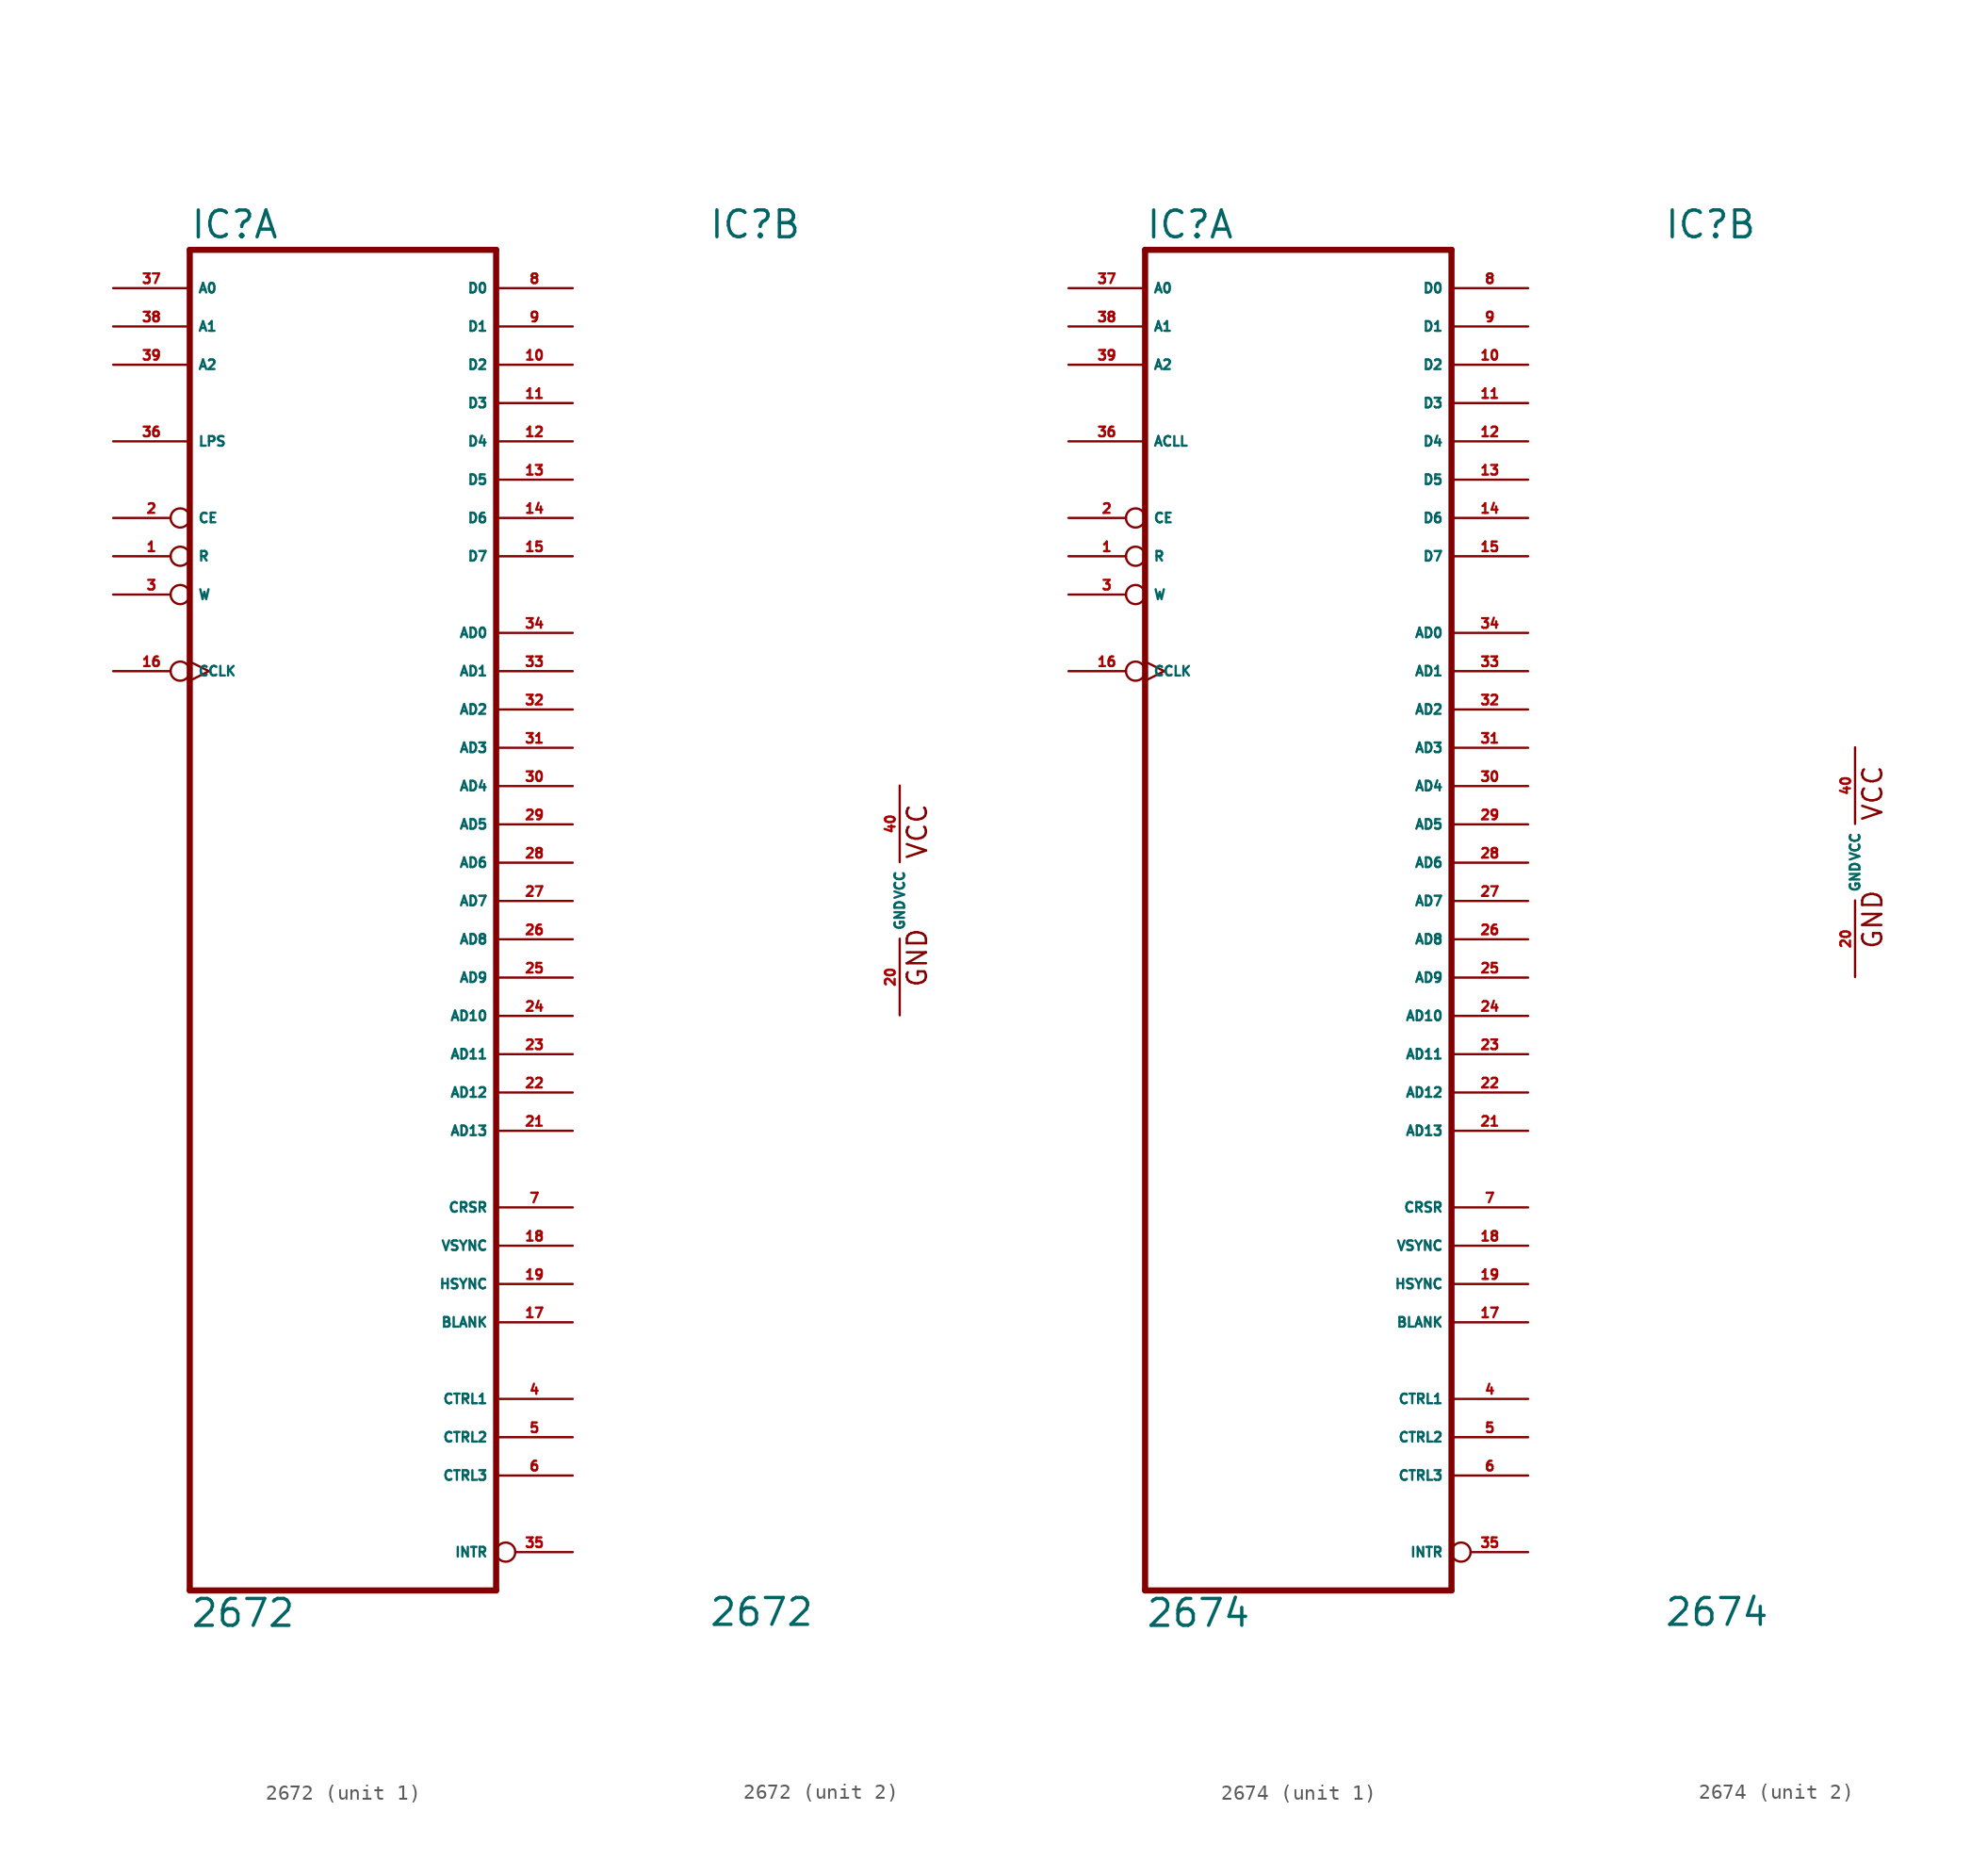
<source format=kicad_sym>
(kicad_symbol_lib
  (version 20220914)
  (generator Eagle2Kicad)
  (symbol "2672"
    (property "Reference" "IC"
      (at -12.7 43.815 0)
      (effects (font (size 1.778 1.778) (thickness 0.22)) (justify left bottom)))
    (property "Value" "2672"
      (at -12.7 -48.26 0)
      (effects (font (size 1.778 1.778) (thickness 0.22)) (justify left bottom)))
    (symbol "2672_1_0"
      (polyline (pts (xy -12.7 -45.72) (xy 7.62 -45.72)) (stroke (width 0.406) (type default)) (fill (type none)))
      (polyline (pts (xy 7.62 -45.72) (xy 7.62 43.18)) (stroke (width 0.406) (type default)) (fill (type none)))
      (polyline (pts (xy 7.62 43.18) (xy -12.7 43.18)) (stroke (width 0.406) (type default)) (fill (type none)))
      (polyline (pts (xy -12.7 43.18) (xy -12.7 -45.72)) (stroke (width 0.406) (type default)) (fill (type none)))
      (pin input inverted (at -17.78 22.86 0) (length 5.08) (name "R" (effects (font (size 0.635 0.635) (thickness 0.08)) (justify left bottom))) (number "1" (effects (font (size 0.635 0.635) (thickness 0.08)) (justify left bottom))))
      (pin input inverted (at -17.78 25.4 0) (length 5.08) (name "CE" (effects (font (size 0.635 0.635) (thickness 0.08)) (justify left bottom))) (number "2" (effects (font (size 0.635 0.635) (thickness 0.08)) (justify left bottom))))
      (pin input inverted (at -17.78 20.32 0) (length 5.08) (name "W" (effects (font (size 0.635 0.635) (thickness 0.08)) (justify left bottom))) (number "3" (effects (font (size 0.635 0.635) (thickness 0.08)) (justify left bottom))))
      (pin bidirectional line (at 12.7 -33.02 180) (length 5.08) (name "CTRL1" (effects (font (size 0.635 0.635) (thickness 0.08)) (justify left bottom))) (number "4" (effects (font (size 0.635 0.635) (thickness 0.08)) (justify left bottom))))
      (pin output line (at 12.7 -35.56 180) (length 5.08) (name "CTRL2" (effects (font (size 0.635 0.635) (thickness 0.08)) (justify left bottom))) (number "5" (effects (font (size 0.635 0.635) (thickness 0.08)) (justify left bottom))))
      (pin output line (at 12.7 -38.1 180) (length 5.08) (name "CTRL3" (effects (font (size 0.635 0.635) (thickness 0.08)) (justify left bottom))) (number "6" (effects (font (size 0.635 0.635) (thickness 0.08)) (justify left bottom))))
      (pin output line (at 12.7 -20.32 180) (length 5.08) (name "CRSR" (effects (font (size 0.635 0.635) (thickness 0.08)) (justify left bottom))) (number "7" (effects (font (size 0.635 0.635) (thickness 0.08)) (justify left bottom))))
      (pin bidirectional line (at 12.7 40.64 180) (length 5.08) (name "D0" (effects (font (size 0.635 0.635) (thickness 0.08)) (justify left bottom))) (number "8" (effects (font (size 0.635 0.635) (thickness 0.08)) (justify left bottom))))
      (pin bidirectional line (at 12.7 38.1 180) (length 5.08) (name "D1" (effects (font (size 0.635 0.635) (thickness 0.08)) (justify left bottom))) (number "9" (effects (font (size 0.635 0.635) (thickness 0.08)) (justify left bottom))))
      (pin bidirectional line (at 12.7 35.56 180) (length 5.08) (name "D2" (effects (font (size 0.635 0.635) (thickness 0.08)) (justify left bottom))) (number "10" (effects (font (size 0.635 0.635) (thickness 0.08)) (justify left bottom))))
      (pin bidirectional line (at 12.7 33.02 180) (length 5.08) (name "D3" (effects (font (size 0.635 0.635) (thickness 0.08)) (justify left bottom))) (number "11" (effects (font (size 0.635 0.635) (thickness 0.08)) (justify left bottom))))
      (pin bidirectional line (at 12.7 30.48 180) (length 5.08) (name "D4" (effects (font (size 0.635 0.635) (thickness 0.08)) (justify left bottom))) (number "12" (effects (font (size 0.635 0.635) (thickness 0.08)) (justify left bottom))))
      (pin bidirectional line (at 12.7 27.94 180) (length 5.08) (name "D5" (effects (font (size 0.635 0.635) (thickness 0.08)) (justify left bottom))) (number "13" (effects (font (size 0.635 0.635) (thickness 0.08)) (justify left bottom))))
      (pin bidirectional line (at 12.7 25.4 180) (length 5.08) (name "D6" (effects (font (size 0.635 0.635) (thickness 0.08)) (justify left bottom))) (number "14" (effects (font (size 0.635 0.635) (thickness 0.08)) (justify left bottom))))
      (pin bidirectional line (at 12.7 22.86 180) (length 5.08) (name "D7" (effects (font (size 0.635 0.635) (thickness 0.08)) (justify left bottom))) (number "15" (effects (font (size 0.635 0.635) (thickness 0.08)) (justify left bottom))))
      (pin input inverted_clock (at -17.78 15.24 0) (length 5.08) (name "CCLK" (effects (font (size 0.635 0.635) (thickness 0.08)) (justify left bottom))) (number "16" (effects (font (size 0.635 0.635) (thickness 0.08)) (justify left bottom))))
      (pin output line (at 12.7 -27.94 180) (length 5.08) (name "BLANK" (effects (font (size 0.635 0.635) (thickness 0.08)) (justify left bottom))) (number "17" (effects (font (size 0.635 0.635) (thickness 0.08)) (justify left bottom))))
      (pin output line (at 12.7 -22.86 180) (length 5.08) (name "VSYNC" (effects (font (size 0.635 0.635) (thickness 0.08)) (justify left bottom))) (number "18" (effects (font (size 0.635 0.635) (thickness 0.08)) (justify left bottom))))
      (pin output line (at 12.7 -25.4 180) (length 5.08) (name "HSYNC" (effects (font (size 0.635 0.635) (thickness 0.08)) (justify left bottom))) (number "19" (effects (font (size 0.635 0.635) (thickness 0.08)) (justify left bottom))))
      (pin output line (at 12.7 -15.24 180) (length 5.08) (name "AD13" (effects (font (size 0.635 0.635) (thickness 0.08)) (justify left bottom))) (number "21" (effects (font (size 0.635 0.635) (thickness 0.08)) (justify left bottom))))
      (pin output line (at 12.7 -12.7 180) (length 5.08) (name "AD12" (effects (font (size 0.635 0.635) (thickness 0.08)) (justify left bottom))) (number "22" (effects (font (size 0.635 0.635) (thickness 0.08)) (justify left bottom))))
      (pin output line (at 12.7 -10.16 180) (length 5.08) (name "AD11" (effects (font (size 0.635 0.635) (thickness 0.08)) (justify left bottom))) (number "23" (effects (font (size 0.635 0.635) (thickness 0.08)) (justify left bottom))))
      (pin output line (at 12.7 -7.62 180) (length 5.08) (name "AD10" (effects (font (size 0.635 0.635) (thickness 0.08)) (justify left bottom))) (number "24" (effects (font (size 0.635 0.635) (thickness 0.08)) (justify left bottom))))
      (pin output line (at 12.7 -5.08 180) (length 5.08) (name "AD9" (effects (font (size 0.635 0.635) (thickness 0.08)) (justify left bottom))) (number "25" (effects (font (size 0.635 0.635) (thickness 0.08)) (justify left bottom))))
      (pin output line (at 12.7 -2.54 180) (length 5.08) (name "AD8" (effects (font (size 0.635 0.635) (thickness 0.08)) (justify left bottom))) (number "26" (effects (font (size 0.635 0.635) (thickness 0.08)) (justify left bottom))))
      (pin output line (at 12.7 0 180) (length 5.08) (name "AD7" (effects (font (size 0.635 0.635) (thickness 0.08)) (justify left bottom))) (number "27" (effects (font (size 0.635 0.635) (thickness 0.08)) (justify left bottom))))
      (pin output line (at 12.7 2.54 180) (length 5.08) (name "AD6" (effects (font (size 0.635 0.635) (thickness 0.08)) (justify left bottom))) (number "28" (effects (font (size 0.635 0.635) (thickness 0.08)) (justify left bottom))))
      (pin output line (at 12.7 5.08 180) (length 5.08) (name "AD5" (effects (font (size 0.635 0.635) (thickness 0.08)) (justify left bottom))) (number "29" (effects (font (size 0.635 0.635) (thickness 0.08)) (justify left bottom))))
      (pin output line (at 12.7 7.62 180) (length 5.08) (name "AD4" (effects (font (size 0.635 0.635) (thickness 0.08)) (justify left bottom))) (number "30" (effects (font (size 0.635 0.635) (thickness 0.08)) (justify left bottom))))
      (pin output line (at 12.7 10.16 180) (length 5.08) (name "AD3" (effects (font (size 0.635 0.635) (thickness 0.08)) (justify left bottom))) (number "31" (effects (font (size 0.635 0.635) (thickness 0.08)) (justify left bottom))))
      (pin output line (at 12.7 12.7 180) (length 5.08) (name "AD2" (effects (font (size 0.635 0.635) (thickness 0.08)) (justify left bottom))) (number "32" (effects (font (size 0.635 0.635) (thickness 0.08)) (justify left bottom))))
      (pin output line (at 12.7 15.24 180) (length 5.08) (name "AD1" (effects (font (size 0.635 0.635) (thickness 0.08)) (justify left bottom))) (number "33" (effects (font (size 0.635 0.635) (thickness 0.08)) (justify left bottom))))
      (pin output line (at 12.7 17.78 180) (length 5.08) (name "AD0" (effects (font (size 0.635 0.635) (thickness 0.08)) (justify left bottom))) (number "34" (effects (font (size 0.635 0.635) (thickness 0.08)) (justify left bottom))))
      (pin output inverted (at 12.7 -43.18 180) (length 5.08) (name "INTR" (effects (font (size 0.635 0.635) (thickness 0.08)) (justify left bottom))) (number "35" (effects (font (size 0.635 0.635) (thickness 0.08)) (justify left bottom))))
      (pin input line (at -17.78 30.48 0) (length 5.08) (name "LPS" (effects (font (size 0.635 0.635) (thickness 0.08)) (justify left bottom))) (number "36" (effects (font (size 0.635 0.635) (thickness 0.08)) (justify left bottom))))
      (pin input line (at -17.78 40.64 0) (length 5.08) (name "A0" (effects (font (size 0.635 0.635) (thickness 0.08)) (justify left bottom))) (number "37" (effects (font (size 0.635 0.635) (thickness 0.08)) (justify left bottom))))
      (pin input line (at -17.78 38.1 0) (length 5.08) (name "A1" (effects (font (size 0.635 0.635) (thickness 0.08)) (justify left bottom))) (number "38" (effects (font (size 0.635 0.635) (thickness 0.08)) (justify left bottom))))
      (pin input line (at -17.78 35.56 0) (length 5.08) (name "A2" (effects (font (size 0.635 0.635) (thickness 0.08)) (justify left bottom))) (number "39" (effects (font (size 0.635 0.635) (thickness 0.08)) (justify left bottom)))))
    (symbol "2672_2_0"
      (text "GND" (at 1.905 -5.842 900) (effects (font (size 1.27 1.27) (thickness 0.16)) (justify left bottom)))
      (text "VCC" (at 1.905 2.667 900) (effects (font (size 1.27 1.27) (thickness 0.16)) (justify left bottom)))
      (pin unspecified line (at 0 -7.62 90) (length 5.08) (name "GND" (effects (font (size 0.635 0.635) (thickness 0.08)) (justify left bottom))) (number "20" (effects (font (size 0.635 0.635) (thickness 0.08)) (justify left bottom))))
      (pin unspecified line (at 0 7.62 270) (length 5.08) (name "VCC" (effects (font (size 0.635 0.635) (thickness 0.08)) (justify left bottom))) (number "40" (effects (font (size 0.635 0.635) (thickness 0.08)) (justify left bottom))))))
  (symbol "2674"
    (property "Reference" "IC"
      (at -12.7 41.275 0)
      (effects (font (size 1.778 1.778) (thickness 0.22)) (justify left bottom)))
    (property "Value" "2674"
      (at -12.7 -50.8 0)
      (effects (font (size 1.778 1.778) (thickness 0.22)) (justify left bottom)))
    (symbol "2674_1_0"
      (polyline (pts (xy -12.7 -48.26) (xy 7.62 -48.26)) (stroke (width 0.406) (type default)) (fill (type none)))
      (polyline (pts (xy 7.62 -48.26) (xy 7.62 40.64)) (stroke (width 0.406) (type default)) (fill (type none)))
      (polyline (pts (xy 7.62 40.64) (xy -12.7 40.64)) (stroke (width 0.406) (type default)) (fill (type none)))
      (polyline (pts (xy -12.7 40.64) (xy -12.7 -48.26)) (stroke (width 0.406) (type default)) (fill (type none)))
      (pin input inverted (at -17.78 20.32 0) (length 5.08) (name "R" (effects (font (size 0.635 0.635) (thickness 0.08)) (justify left bottom))) (number "1" (effects (font (size 0.635 0.635) (thickness 0.08)) (justify left bottom))))
      (pin input inverted (at -17.78 22.86 0) (length 5.08) (name "CE" (effects (font (size 0.635 0.635) (thickness 0.08)) (justify left bottom))) (number "2" (effects (font (size 0.635 0.635) (thickness 0.08)) (justify left bottom))))
      (pin input inverted (at -17.78 17.78 0) (length 5.08) (name "W" (effects (font (size 0.635 0.635) (thickness 0.08)) (justify left bottom))) (number "3" (effects (font (size 0.635 0.635) (thickness 0.08)) (justify left bottom))))
      (pin bidirectional line (at 12.7 -35.56 180) (length 5.08) (name "CTRL1" (effects (font (size 0.635 0.635) (thickness 0.08)) (justify left bottom))) (number "4" (effects (font (size 0.635 0.635) (thickness 0.08)) (justify left bottom))))
      (pin output line (at 12.7 -38.1 180) (length 5.08) (name "CTRL2" (effects (font (size 0.635 0.635) (thickness 0.08)) (justify left bottom))) (number "5" (effects (font (size 0.635 0.635) (thickness 0.08)) (justify left bottom))))
      (pin output line (at 12.7 -40.64 180) (length 5.08) (name "CTRL3" (effects (font (size 0.635 0.635) (thickness 0.08)) (justify left bottom))) (number "6" (effects (font (size 0.635 0.635) (thickness 0.08)) (justify left bottom))))
      (pin output line (at 12.7 -22.86 180) (length 5.08) (name "CRSR" (effects (font (size 0.635 0.635) (thickness 0.08)) (justify left bottom))) (number "7" (effects (font (size 0.635 0.635) (thickness 0.08)) (justify left bottom))))
      (pin bidirectional line (at 12.7 38.1 180) (length 5.08) (name "D0" (effects (font (size 0.635 0.635) (thickness 0.08)) (justify left bottom))) (number "8" (effects (font (size 0.635 0.635) (thickness 0.08)) (justify left bottom))))
      (pin bidirectional line (at 12.7 35.56 180) (length 5.08) (name "D1" (effects (font (size 0.635 0.635) (thickness 0.08)) (justify left bottom))) (number "9" (effects (font (size 0.635 0.635) (thickness 0.08)) (justify left bottom))))
      (pin bidirectional line (at 12.7 33.02 180) (length 5.08) (name "D2" (effects (font (size 0.635 0.635) (thickness 0.08)) (justify left bottom))) (number "10" (effects (font (size 0.635 0.635) (thickness 0.08)) (justify left bottom))))
      (pin bidirectional line (at 12.7 30.48 180) (length 5.08) (name "D3" (effects (font (size 0.635 0.635) (thickness 0.08)) (justify left bottom))) (number "11" (effects (font (size 0.635 0.635) (thickness 0.08)) (justify left bottom))))
      (pin bidirectional line (at 12.7 27.94 180) (length 5.08) (name "D4" (effects (font (size 0.635 0.635) (thickness 0.08)) (justify left bottom))) (number "12" (effects (font (size 0.635 0.635) (thickness 0.08)) (justify left bottom))))
      (pin bidirectional line (at 12.7 25.4 180) (length 5.08) (name "D5" (effects (font (size 0.635 0.635) (thickness 0.08)) (justify left bottom))) (number "13" (effects (font (size 0.635 0.635) (thickness 0.08)) (justify left bottom))))
      (pin bidirectional line (at 12.7 22.86 180) (length 5.08) (name "D6" (effects (font (size 0.635 0.635) (thickness 0.08)) (justify left bottom))) (number "14" (effects (font (size 0.635 0.635) (thickness 0.08)) (justify left bottom))))
      (pin bidirectional line (at 12.7 20.32 180) (length 5.08) (name "D7" (effects (font (size 0.635 0.635) (thickness 0.08)) (justify left bottom))) (number "15" (effects (font (size 0.635 0.635) (thickness 0.08)) (justify left bottom))))
      (pin input inverted_clock (at -17.78 12.7 0) (length 5.08) (name "CCLK" (effects (font (size 0.635 0.635) (thickness 0.08)) (justify left bottom))) (number "16" (effects (font (size 0.635 0.635) (thickness 0.08)) (justify left bottom))))
      (pin output line (at 12.7 -30.48 180) (length 5.08) (name "BLANK" (effects (font (size 0.635 0.635) (thickness 0.08)) (justify left bottom))) (number "17" (effects (font (size 0.635 0.635) (thickness 0.08)) (justify left bottom))))
      (pin output line (at 12.7 -25.4 180) (length 5.08) (name "VSYNC" (effects (font (size 0.635 0.635) (thickness 0.08)) (justify left bottom))) (number "18" (effects (font (size 0.635 0.635) (thickness 0.08)) (justify left bottom))))
      (pin output line (at 12.7 -27.94 180) (length 5.08) (name "HSYNC" (effects (font (size 0.635 0.635) (thickness 0.08)) (justify left bottom))) (number "19" (effects (font (size 0.635 0.635) (thickness 0.08)) (justify left bottom))))
      (pin output line (at 12.7 -17.78 180) (length 5.08) (name "AD13" (effects (font (size 0.635 0.635) (thickness 0.08)) (justify left bottom))) (number "21" (effects (font (size 0.635 0.635) (thickness 0.08)) (justify left bottom))))
      (pin output line (at 12.7 -15.24 180) (length 5.08) (name "AD12" (effects (font (size 0.635 0.635) (thickness 0.08)) (justify left bottom))) (number "22" (effects (font (size 0.635 0.635) (thickness 0.08)) (justify left bottom))))
      (pin output line (at 12.7 -12.7 180) (length 5.08) (name "AD11" (effects (font (size 0.635 0.635) (thickness 0.08)) (justify left bottom))) (number "23" (effects (font (size 0.635 0.635) (thickness 0.08)) (justify left bottom))))
      (pin output line (at 12.7 -10.16 180) (length 5.08) (name "AD10" (effects (font (size 0.635 0.635) (thickness 0.08)) (justify left bottom))) (number "24" (effects (font (size 0.635 0.635) (thickness 0.08)) (justify left bottom))))
      (pin output line (at 12.7 -7.62 180) (length 5.08) (name "AD9" (effects (font (size 0.635 0.635) (thickness 0.08)) (justify left bottom))) (number "25" (effects (font (size 0.635 0.635) (thickness 0.08)) (justify left bottom))))
      (pin output line (at 12.7 -5.08 180) (length 5.08) (name "AD8" (effects (font (size 0.635 0.635) (thickness 0.08)) (justify left bottom))) (number "26" (effects (font (size 0.635 0.635) (thickness 0.08)) (justify left bottom))))
      (pin output line (at 12.7 -2.54 180) (length 5.08) (name "AD7" (effects (font (size 0.635 0.635) (thickness 0.08)) (justify left bottom))) (number "27" (effects (font (size 0.635 0.635) (thickness 0.08)) (justify left bottom))))
      (pin output line (at 12.7 0 180) (length 5.08) (name "AD6" (effects (font (size 0.635 0.635) (thickness 0.08)) (justify left bottom))) (number "28" (effects (font (size 0.635 0.635) (thickness 0.08)) (justify left bottom))))
      (pin output line (at 12.7 2.54 180) (length 5.08) (name "AD5" (effects (font (size 0.635 0.635) (thickness 0.08)) (justify left bottom))) (number "29" (effects (font (size 0.635 0.635) (thickness 0.08)) (justify left bottom))))
      (pin output line (at 12.7 5.08 180) (length 5.08) (name "AD4" (effects (font (size 0.635 0.635) (thickness 0.08)) (justify left bottom))) (number "30" (effects (font (size 0.635 0.635) (thickness 0.08)) (justify left bottom))))
      (pin output line (at 12.7 7.62 180) (length 5.08) (name "AD3" (effects (font (size 0.635 0.635) (thickness 0.08)) (justify left bottom))) (number "31" (effects (font (size 0.635 0.635) (thickness 0.08)) (justify left bottom))))
      (pin output line (at 12.7 10.16 180) (length 5.08) (name "AD2" (effects (font (size 0.635 0.635) (thickness 0.08)) (justify left bottom))) (number "32" (effects (font (size 0.635 0.635) (thickness 0.08)) (justify left bottom))))
      (pin output line (at 12.7 12.7 180) (length 5.08) (name "AD1" (effects (font (size 0.635 0.635) (thickness 0.08)) (justify left bottom))) (number "33" (effects (font (size 0.635 0.635) (thickness 0.08)) (justify left bottom))))
      (pin output line (at 12.7 15.24 180) (length 5.08) (name "AD0" (effects (font (size 0.635 0.635) (thickness 0.08)) (justify left bottom))) (number "34" (effects (font (size 0.635 0.635) (thickness 0.08)) (justify left bottom))))
      (pin output inverted (at 12.7 -45.72 180) (length 5.08) (name "INTR" (effects (font (size 0.635 0.635) (thickness 0.08)) (justify left bottom))) (number "35" (effects (font (size 0.635 0.635) (thickness 0.08)) (justify left bottom))))
      (pin input line (at -17.78 27.94 0) (length 5.08) (name "ACLL" (effects (font (size 0.635 0.635) (thickness 0.08)) (justify left bottom))) (number "36" (effects (font (size 0.635 0.635) (thickness 0.08)) (justify left bottom))))
      (pin input line (at -17.78 38.1 0) (length 5.08) (name "A0" (effects (font (size 0.635 0.635) (thickness 0.08)) (justify left bottom))) (number "37" (effects (font (size 0.635 0.635) (thickness 0.08)) (justify left bottom))))
      (pin input line (at -17.78 35.56 0) (length 5.08) (name "A1" (effects (font (size 0.635 0.635) (thickness 0.08)) (justify left bottom))) (number "38" (effects (font (size 0.635 0.635) (thickness 0.08)) (justify left bottom))))
      (pin input line (at -17.78 33.02 0) (length 5.08) (name "A2" (effects (font (size 0.635 0.635) (thickness 0.08)) (justify left bottom))) (number "39" (effects (font (size 0.635 0.635) (thickness 0.08)) (justify left bottom)))))
    (symbol "2674_2_0"
      (text "GND" (at 1.905 -5.842 900) (effects (font (size 1.27 1.27) (thickness 0.16)) (justify left bottom)))
      (text "VCC" (at 1.905 2.667 900) (effects (font (size 1.27 1.27) (thickness 0.16)) (justify left bottom)))
      (pin unspecified line (at 0 -7.62 90) (length 5.08) (name "GND" (effects (font (size 0.635 0.635) (thickness 0.08)) (justify left bottom))) (number "20" (effects (font (size 0.635 0.635) (thickness 0.08)) (justify left bottom))))
      (pin unspecified line (at 0 7.62 270) (length 5.08) (name "VCC" (effects (font (size 0.635 0.635) (thickness 0.08)) (justify left bottom))) (number "40" (effects (font (size 0.635 0.635) (thickness 0.08)) (justify left bottom)))))))
</source>
